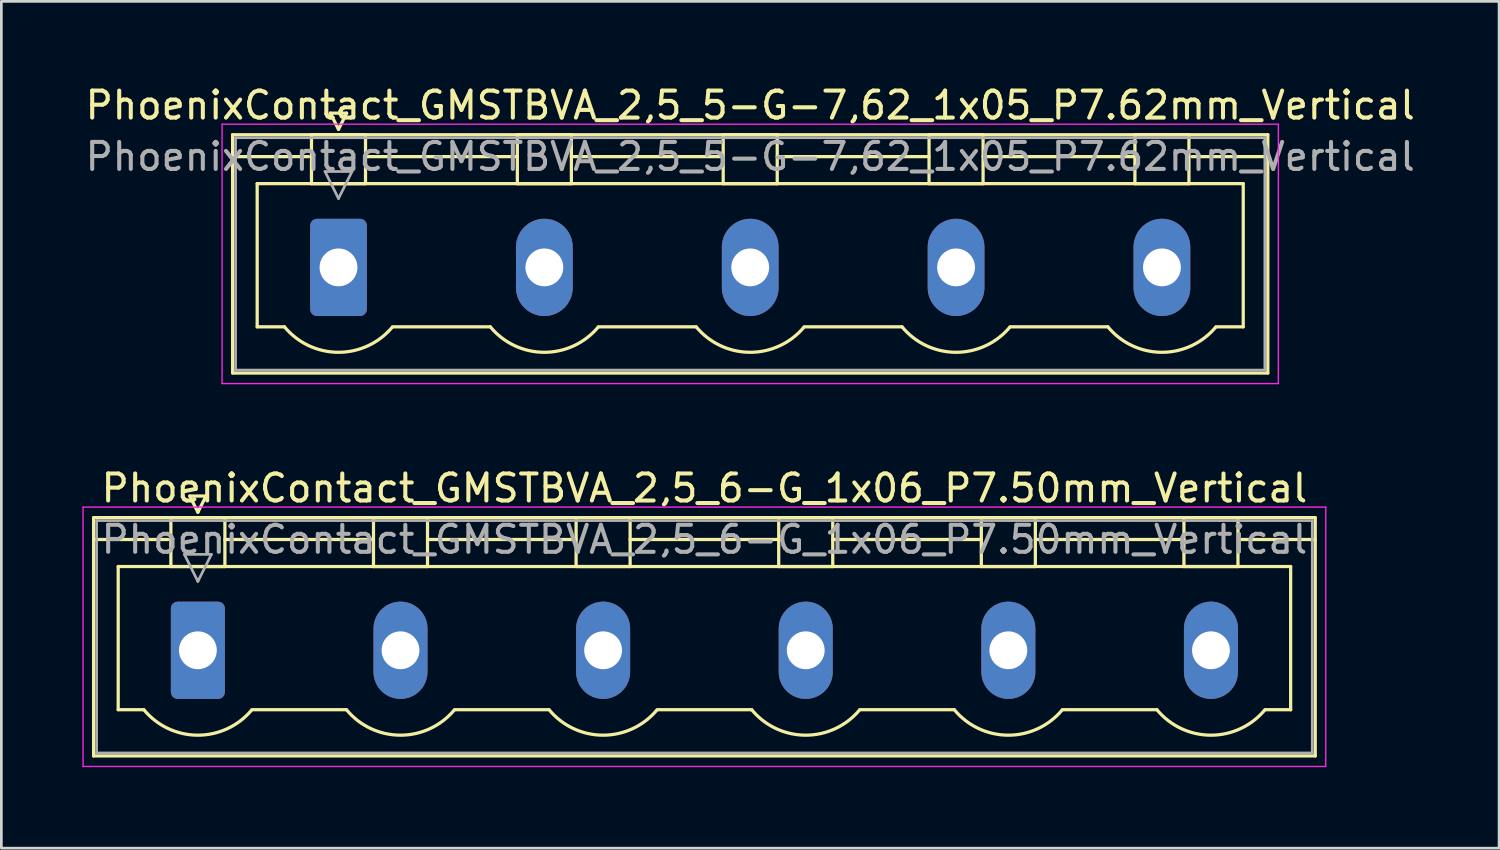
<source format=kicad_pcb>
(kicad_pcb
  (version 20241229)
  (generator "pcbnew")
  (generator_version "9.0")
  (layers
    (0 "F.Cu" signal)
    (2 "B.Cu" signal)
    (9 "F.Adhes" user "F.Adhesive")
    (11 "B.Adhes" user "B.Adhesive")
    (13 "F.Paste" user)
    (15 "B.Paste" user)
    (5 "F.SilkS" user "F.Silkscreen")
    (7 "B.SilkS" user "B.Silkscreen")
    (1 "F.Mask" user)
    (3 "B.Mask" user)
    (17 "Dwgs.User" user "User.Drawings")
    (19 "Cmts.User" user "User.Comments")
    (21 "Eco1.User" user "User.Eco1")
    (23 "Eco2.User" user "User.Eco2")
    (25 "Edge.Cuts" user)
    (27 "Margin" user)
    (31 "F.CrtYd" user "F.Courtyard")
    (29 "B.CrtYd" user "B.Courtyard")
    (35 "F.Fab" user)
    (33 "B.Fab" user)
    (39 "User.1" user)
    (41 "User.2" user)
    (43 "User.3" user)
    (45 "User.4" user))
  (footprint "PhoenixContact_GMSTBVA_2,5_5-G-7,62_1x05_P7.62mm_Vertical"
    (layer "F.Cu")
    (at 9.48 6.848)
    (property "Reference" "PhoenixContact_GMSTBVA_2,5_5-G-7,62_1x05_P7.62mm_Vertical" (at 15.24 -6 0) (layer "F.SilkS") (effects (font (size 1 1) (thickness 0.15))))
    (attr through_hole)
    (fp_line (start -3.92 -4.91) (end -3.92 3.91) (stroke (width 0.12) (type solid)) (layer "F.SilkS"))
    (fp_line (start -3.92 -4.1) (end -1.11 -4.1) (stroke (width 0.12) (type solid)) (layer "F.SilkS"))
    (fp_line (start -3.92 3.91) (end 34.4 3.91) (stroke (width 0.12) (type solid)) (layer "F.SilkS"))
    (fp_line (start -3.01 -3.1) (end 33.49 -3.1) (stroke (width 0.12) (type solid)) (layer "F.SilkS"))
    (fp_line (start -3.01 2.2) (end -3.01 -3.1) (stroke (width 0.12) (type solid)) (layer "F.SilkS"))
    (fp_line (start -2 2.2) (end -3.01 2.2) (stroke (width 0.12) (type solid)) (layer "F.SilkS"))
    (fp_line (start -1 -4.91) (end 1 -4.91) (stroke (width 0.12) (type solid)) (layer "F.SilkS"))
    (fp_line (start -1 -3.1) (end -1 -4.91) (stroke (width 0.12) (type solid)) (layer "F.SilkS"))
    (fp_line (start -0.3 -5.71) (end 0.3 -5.71) (stroke (width 0.12) (type solid)) (layer "F.SilkS"))
    (fp_line (start 0 -5.11) (end -0.3 -5.71) (stroke (width 0.12) (type solid)) (layer "F.SilkS"))
    (fp_line (start 0.3 -5.71) (end 0 -5.11) (stroke (width 0.12) (type solid)) (layer "F.SilkS"))
    (fp_line (start 1 -4.91) (end 1 -3.1) (stroke (width 0.12) (type solid)) (layer "F.SilkS"))
    (fp_line (start 1 -4.1) (end 6.62 -4.1) (stroke (width 0.12) (type solid)) (layer "F.SilkS"))
    (fp_line (start 1 -3.1) (end -1 -3.1) (stroke (width 0.12) (type solid)) (layer "F.SilkS"))
    (fp_line (start 2 2.2) (end 5.62 2.2) (stroke (width 0.12) (type solid)) (layer "F.SilkS"))
    (fp_line (start 6.62 -4.91) (end 8.62 -4.91) (stroke (width 0.12) (type solid)) (layer "F.SilkS"))
    (fp_line (start 6.62 -3.1) (end 6.62 -4.91) (stroke (width 0.12) (type solid)) (layer "F.SilkS"))
    (fp_line (start 8.62 -4.91) (end 8.62 -3.1) (stroke (width 0.12) (type solid)) (layer "F.SilkS"))
    (fp_line (start 8.62 -4.1) (end 14.24 -4.1) (stroke (width 0.12) (type solid)) (layer "F.SilkS"))
    (fp_line (start 8.62 -3.1) (end 6.62 -3.1) (stroke (width 0.12) (type solid)) (layer "F.SilkS"))
    (fp_line (start 9.62 2.2) (end 13.24 2.2) (stroke (width 0.12) (type solid)) (layer "F.SilkS"))
    (fp_line (start 14.24 -4.91) (end 16.24 -4.91) (stroke (width 0.12) (type solid)) (layer "F.SilkS"))
    (fp_line (start 14.24 -3.1) (end 14.24 -4.91) (stroke (width 0.12) (type solid)) (layer "F.SilkS"))
    (fp_line (start 16.24 -4.91) (end 16.24 -3.1) (stroke (width 0.12) (type solid)) (layer "F.SilkS"))
    (fp_line (start 16.24 -4.1) (end 21.86 -4.1) (stroke (width 0.12) (type solid)) (layer "F.SilkS"))
    (fp_line (start 16.24 -3.1) (end 14.24 -3.1) (stroke (width 0.12) (type solid)) (layer "F.SilkS"))
    (fp_line (start 17.24 2.2) (end 20.86 2.2) (stroke (width 0.12) (type solid)) (layer "F.SilkS"))
    (fp_line (start 21.86 -4.91) (end 23.86 -4.91) (stroke (width 0.12) (type solid)) (layer "F.SilkS"))
    (fp_line (start 21.86 -3.1) (end 21.86 -4.91) (stroke (width 0.12) (type solid)) (layer "F.SilkS"))
    (fp_line (start 23.86 -4.91) (end 23.86 -3.1) (stroke (width 0.12) (type solid)) (layer "F.SilkS"))
    (fp_line (start 23.86 -4.1) (end 29.48 -4.1) (stroke (width 0.12) (type solid)) (layer "F.SilkS"))
    (fp_line (start 23.86 -3.1) (end 21.86 -3.1) (stroke (width 0.12) (type solid)) (layer "F.SilkS"))
    (fp_line (start 24.86 2.2) (end 28.48 2.2) (stroke (width 0.12) (type solid)) (layer "F.SilkS"))
    (fp_line (start 29.48 -4.91) (end 31.48 -4.91) (stroke (width 0.12) (type solid)) (layer "F.SilkS"))
    (fp_line (start 29.48 -3.1) (end 29.48 -4.91) (stroke (width 0.12) (type solid)) (layer "F.SilkS"))
    (fp_line (start 31.48 -4.91) (end 31.48 -3.1) (stroke (width 0.12) (type solid)) (layer "F.SilkS"))
    (fp_line (start 31.48 -3.1) (end 29.48 -3.1) (stroke (width 0.12) (type solid)) (layer "F.SilkS"))
    (fp_line (start 33.49 -3.1) (end 33.49 2.2) (stroke (width 0.12) (type solid)) (layer "F.SilkS"))
    (fp_line (start 33.49 2.2) (end 32.48 2.2) (stroke (width 0.12) (type solid)) (layer "F.SilkS"))
    (fp_line (start 34.4 -4.91) (end -3.92 -4.91) (stroke (width 0.12) (type solid)) (layer "F.SilkS"))
    (fp_line (start 34.4 -4.1) (end 31.59 -4.1) (stroke (width 0.12) (type solid)) (layer "F.SilkS"))
    (fp_line (start 34.4 3.91) (end 34.4 -4.91) (stroke (width 0.12) (type solid)) (layer "F.SilkS"))
    (fp_arc (start 1.986842 2.215821) (mid -0.010289 3.142758) (end -2 2.2) (stroke (width 0.12) (type solid)) (layer "F.SilkS"))
    (fp_arc (start 9.606842 2.215821) (mid 7.609711 3.142758) (end 5.62 2.2) (stroke (width 0.12) (type solid)) (layer "F.SilkS"))
    (fp_arc (start 17.226842 2.215821) (mid 15.229711 3.142758) (end 13.24 2.2) (stroke (width 0.12) (type solid)) (layer "F.SilkS"))
    (fp_arc (start 24.846842 2.215821) (mid 22.849711 3.142758) (end 20.86 2.2) (stroke (width 0.12) (type solid)) (layer "F.SilkS"))
    (fp_arc (start 32.466842 2.215821) (mid 30.469711 3.142758) (end 28.48 2.2) (stroke (width 0.12) (type solid)) (layer "F.SilkS"))
    (fp_line (start -4.31 -5.3) (end -4.31 4.3) (stroke (width 0.05) (type solid)) (layer "F.CrtYd"))
    (fp_line (start -4.31 4.3) (end 34.79 4.3) (stroke (width 0.05) (type solid)) (layer "F.CrtYd"))
    (fp_line (start 34.79 -5.3) (end -4.31 -5.3) (stroke (width 0.05) (type solid)) (layer "F.CrtYd"))
    (fp_line (start 34.79 4.3) (end 34.79 -5.3) (stroke (width 0.05) (type solid)) (layer "F.CrtYd"))
    (fp_line (start -3.81 -4.8) (end -3.81 3.8) (stroke (width 0.1) (type solid)) (layer "F.Fab"))
    (fp_line (start -3.81 3.8) (end 34.29 3.8) (stroke (width 0.1) (type solid)) (layer "F.Fab"))
    (fp_line (start -0.5 -3.55) (end 0.5 -3.55) (stroke (width 0.1) (type solid)) (layer "F.Fab"))
    (fp_line (start 0 -2.55) (end -0.5 -3.55) (stroke (width 0.1) (type solid)) (layer "F.Fab"))
    (fp_line (start 0.5 -3.55) (end 0 -2.55) (stroke (width 0.1) (type solid)) (layer "F.Fab"))
    (fp_line (start 34.29 -4.8) (end -3.81 -4.8) (stroke (width 0.1) (type solid)) (layer "F.Fab"))
    (fp_line (start 34.29 3.8) (end 34.29 -4.8) (stroke (width 0.1) (type solid)) (layer "F.Fab"))
    (fp_text user "${REFERENCE}" (at 15.24 -4.1 0) (layer "F.Fab") (effects (font (size 1 1) (thickness 0.15))))
    (pad "1" thru_hole roundrect (at 0 0) (size 2.1 3.6) (drill 1.4) (layers "*.Cu" "*.Mask") (roundrect_rratio 0.119))
    (pad "2" thru_hole oval (at 7.62 0) (size 2.1 3.6) (drill 1.4) (layers "*.Cu" "*.Mask"))
    (pad "3" thru_hole oval (at 15.24 0) (size 2.1 3.6) (drill 1.4) (layers "*.Cu" "*.Mask"))
    (pad "4" thru_hole oval (at 22.86 0) (size 2.1 3.6) (drill 1.4) (layers "*.Cu" "*.Mask"))
    (pad "5" thru_hole oval (at 30.48 0) (size 2.1 3.6) (drill 1.4) (layers "*.Cu" "*.Mask")))
  (footprint "PhoenixContact_GMSTBVA_2,5_6-G_1x06_P7.50mm_Vertical"
    (layer "F.Cu")
    (at 4.275 21.021)
    (property "Reference" "PhoenixContact_GMSTBVA_2,5_6-G_1x06_P7.50mm_Vertical" (at 18.75 -6 0) (layer "F.SilkS") (effects (font (size 1 1) (thickness 0.15))))
    (attr through_hole)
    (fp_line (start -3.86 -4.91) (end -3.86 3.91) (stroke (width 0.12) (type solid)) (layer "F.SilkS"))
    (fp_line (start -3.86 -4.1) (end -1.11 -4.1) (stroke (width 0.12) (type solid)) (layer "F.SilkS"))
    (fp_line (start -3.86 3.91) (end 41.36 3.91) (stroke (width 0.12) (type solid)) (layer "F.SilkS"))
    (fp_line (start -2.95 -3.1) (end 40.45 -3.1) (stroke (width 0.12) (type solid)) (layer "F.SilkS"))
    (fp_line (start -2.95 2.2) (end -2.95 -3.1) (stroke (width 0.12) (type solid)) (layer "F.SilkS"))
    (fp_line (start -2 2.2) (end -2.95 2.2) (stroke (width 0.12) (type solid)) (layer "F.SilkS"))
    (fp_line (start -1 -4.91) (end 1 -4.91) (stroke (width 0.12) (type solid)) (layer "F.SilkS"))
    (fp_line (start -1 -3.1) (end -1 -4.91) (stroke (width 0.12) (type solid)) (layer "F.SilkS"))
    (fp_line (start -0.3 -5.71) (end 0.3 -5.71) (stroke (width 0.12) (type solid)) (layer "F.SilkS"))
    (fp_line (start 0 -5.11) (end -0.3 -5.71) (stroke (width 0.12) (type solid)) (layer "F.SilkS"))
    (fp_line (start 0.3 -5.71) (end 0 -5.11) (stroke (width 0.12) (type solid)) (layer "F.SilkS"))
    (fp_line (start 1 -4.91) (end 1 -3.1) (stroke (width 0.12) (type solid)) (layer "F.SilkS"))
    (fp_line (start 1 -4.1) (end 6.5 -4.1) (stroke (width 0.12) (type solid)) (layer "F.SilkS"))
    (fp_line (start 1 -3.1) (end -1 -3.1) (stroke (width 0.12) (type solid)) (layer "F.SilkS"))
    (fp_line (start 2 2.2) (end 5.5 2.2) (stroke (width 0.12) (type solid)) (layer "F.SilkS"))
    (fp_line (start 6.5 -4.91) (end 8.5 -4.91) (stroke (width 0.12) (type solid)) (layer "F.SilkS"))
    (fp_line (start 6.5 -3.1) (end 6.5 -4.91) (stroke (width 0.12) (type solid)) (layer "F.SilkS"))
    (fp_line (start 8.5 -4.91) (end 8.5 -3.1) (stroke (width 0.12) (type solid)) (layer "F.SilkS"))
    (fp_line (start 8.5 -4.1) (end 14 -4.1) (stroke (width 0.12) (type solid)) (layer "F.SilkS"))
    (fp_line (start 8.5 -3.1) (end 6.5 -3.1) (stroke (width 0.12) (type solid)) (layer "F.SilkS"))
    (fp_line (start 9.5 2.2) (end 13 2.2) (stroke (width 0.12) (type solid)) (layer "F.SilkS"))
    (fp_line (start 14 -4.91) (end 16 -4.91) (stroke (width 0.12) (type solid)) (layer "F.SilkS"))
    (fp_line (start 14 -3.1) (end 14 -4.91) (stroke (width 0.12) (type solid)) (layer "F.SilkS"))
    (fp_line (start 16 -4.91) (end 16 -3.1) (stroke (width 0.12) (type solid)) (layer "F.SilkS"))
    (fp_line (start 16 -4.1) (end 21.5 -4.1) (stroke (width 0.12) (type solid)) (layer "F.SilkS"))
    (fp_line (start 16 -3.1) (end 14 -3.1) (stroke (width 0.12) (type solid)) (layer "F.SilkS"))
    (fp_line (start 17 2.2) (end 20.5 2.2) (stroke (width 0.12) (type solid)) (layer "F.SilkS"))
    (fp_line (start 21.5 -4.91) (end 23.5 -4.91) (stroke (width 0.12) (type solid)) (layer "F.SilkS"))
    (fp_line (start 21.5 -3.1) (end 21.5 -4.91) (stroke (width 0.12) (type solid)) (layer "F.SilkS"))
    (fp_line (start 23.5 -4.91) (end 23.5 -3.1) (stroke (width 0.12) (type solid)) (layer "F.SilkS"))
    (fp_line (start 23.5 -4.1) (end 29 -4.1) (stroke (width 0.12) (type solid)) (layer "F.SilkS"))
    (fp_line (start 23.5 -3.1) (end 21.5 -3.1) (stroke (width 0.12) (type solid)) (layer "F.SilkS"))
    (fp_line (start 24.5 2.2) (end 28 2.2) (stroke (width 0.12) (type solid)) (layer "F.SilkS"))
    (fp_line (start 29 -4.91) (end 31 -4.91) (stroke (width 0.12) (type solid)) (layer "F.SilkS"))
    (fp_line (start 29 -3.1) (end 29 -4.91) (stroke (width 0.12) (type solid)) (layer "F.SilkS"))
    (fp_line (start 31 -4.91) (end 31 -3.1) (stroke (width 0.12) (type solid)) (layer "F.SilkS"))
    (fp_line (start 31 -4.1) (end 36.5 -4.1) (stroke (width 0.12) (type solid)) (layer "F.SilkS"))
    (fp_line (start 31 -3.1) (end 29 -3.1) (stroke (width 0.12) (type solid)) (layer "F.SilkS"))
    (fp_line (start 32 2.2) (end 35.5 2.2) (stroke (width 0.12) (type solid)) (layer "F.SilkS"))
    (fp_line (start 36.5 -4.91) (end 38.5 -4.91) (stroke (width 0.12) (type solid)) (layer "F.SilkS"))
    (fp_line (start 36.5 -3.1) (end 36.5 -4.91) (stroke (width 0.12) (type solid)) (layer "F.SilkS"))
    (fp_line (start 38.5 -4.91) (end 38.5 -3.1) (stroke (width 0.12) (type solid)) (layer "F.SilkS"))
    (fp_line (start 38.5 -3.1) (end 36.5 -3.1) (stroke (width 0.12) (type solid)) (layer "F.SilkS"))
    (fp_line (start 40.45 -3.1) (end 40.45 2.2) (stroke (width 0.12) (type solid)) (layer "F.SilkS"))
    (fp_line (start 40.45 2.2) (end 39.5 2.2) (stroke (width 0.12) (type solid)) (layer "F.SilkS"))
    (fp_line (start 41.36 -4.91) (end -3.86 -4.91) (stroke (width 0.12) (type solid)) (layer "F.SilkS"))
    (fp_line (start 41.36 -4.1) (end 38.61 -4.1) (stroke (width 0.12) (type solid)) (layer "F.SilkS"))
    (fp_line (start 41.36 3.91) (end 41.36 -4.91) (stroke (width 0.12) (type solid)) (layer "F.SilkS"))
    (fp_arc (start 1.986842 2.215821) (mid -0.010289 3.142758) (end -2 2.2) (stroke (width 0.12) (type solid)) (layer "F.SilkS"))
    (fp_arc (start 9.486842 2.215821) (mid 7.489711 3.142758) (end 5.5 2.2) (stroke (width 0.12) (type solid)) (layer "F.SilkS"))
    (fp_arc (start 16.986842 2.215821) (mid 14.989711 3.142758) (end 13 2.2) (stroke (width 0.12) (type solid)) (layer "F.SilkS"))
    (fp_arc (start 24.486842 2.215821) (mid 22.489711 3.142758) (end 20.5 2.2) (stroke (width 0.12) (type solid)) (layer "F.SilkS"))
    (fp_arc (start 31.986842 2.215821) (mid 29.989711 3.142758) (end 28 2.2) (stroke (width 0.12) (type solid)) (layer "F.SilkS"))
    (fp_arc (start 39.486842 2.215821) (mid 37.489711 3.142758) (end 35.5 2.2) (stroke (width 0.12) (type solid)) (layer "F.SilkS"))
    (fp_line (start -4.25 -5.3) (end -4.25 4.3) (stroke (width 0.05) (type solid)) (layer "F.CrtYd"))
    (fp_line (start -4.25 4.3) (end 41.75 4.3) (stroke (width 0.05) (type solid)) (layer "F.CrtYd"))
    (fp_line (start 41.75 -5.3) (end -4.25 -5.3) (stroke (width 0.05) (type solid)) (layer "F.CrtYd"))
    (fp_line (start 41.75 4.3) (end 41.75 -5.3) (stroke (width 0.05) (type solid)) (layer "F.CrtYd"))
    (fp_line (start -3.75 -4.8) (end -3.75 3.8) (stroke (width 0.1) (type solid)) (layer "F.Fab"))
    (fp_line (start -3.75 3.8) (end 41.25 3.8) (stroke (width 0.1) (type solid)) (layer "F.Fab"))
    (fp_line (start -0.5 -3.55) (end 0.5 -3.55) (stroke (width 0.1) (type solid)) (layer "F.Fab"))
    (fp_line (start 0 -2.55) (end -0.5 -3.55) (stroke (width 0.1) (type solid)) (layer "F.Fab"))
    (fp_line (start 0.5 -3.55) (end 0 -2.55) (stroke (width 0.1) (type solid)) (layer "F.Fab"))
    (fp_line (start 41.25 -4.8) (end -3.75 -4.8) (stroke (width 0.1) (type solid)) (layer "F.Fab"))
    (fp_line (start 41.25 3.8) (end 41.25 -4.8) (stroke (width 0.1) (type solid)) (layer "F.Fab"))
    (fp_text user "${REFERENCE}" (at 18.75 -4.1 0) (layer "F.Fab") (effects (font (size 1 1) (thickness 0.15))))
    (pad "1" thru_hole roundrect (at 0 0) (size 2 3.6) (drill 1.4) (layers "*.Cu" "*.Mask") (roundrect_rratio 0.125))
    (pad "2" thru_hole oval (at 7.5 0) (size 2 3.6) (drill 1.4) (layers "*.Cu" "*.Mask"))
    (pad "3" thru_hole oval (at 15 0) (size 2 3.6) (drill 1.4) (layers "*.Cu" "*.Mask"))
    (pad "4" thru_hole oval (at 22.5 0) (size 2 3.6) (drill 1.4) (layers "*.Cu" "*.Mask"))
    (pad "5" thru_hole oval (at 30 0) (size 2 3.6) (drill 1.4) (layers "*.Cu" "*.Mask"))
    (pad "6" thru_hole oval (at 37.5 0) (size 2 3.6) (drill 1.4) (layers "*.Cu" "*.Mask")))
  (gr_rect
    (start -3 -3)
    (end 52.44 28.346)
    (stroke (width 0.1) (type default))
    (fill no)
    (layer "Edge.Cuts")))
</source>
